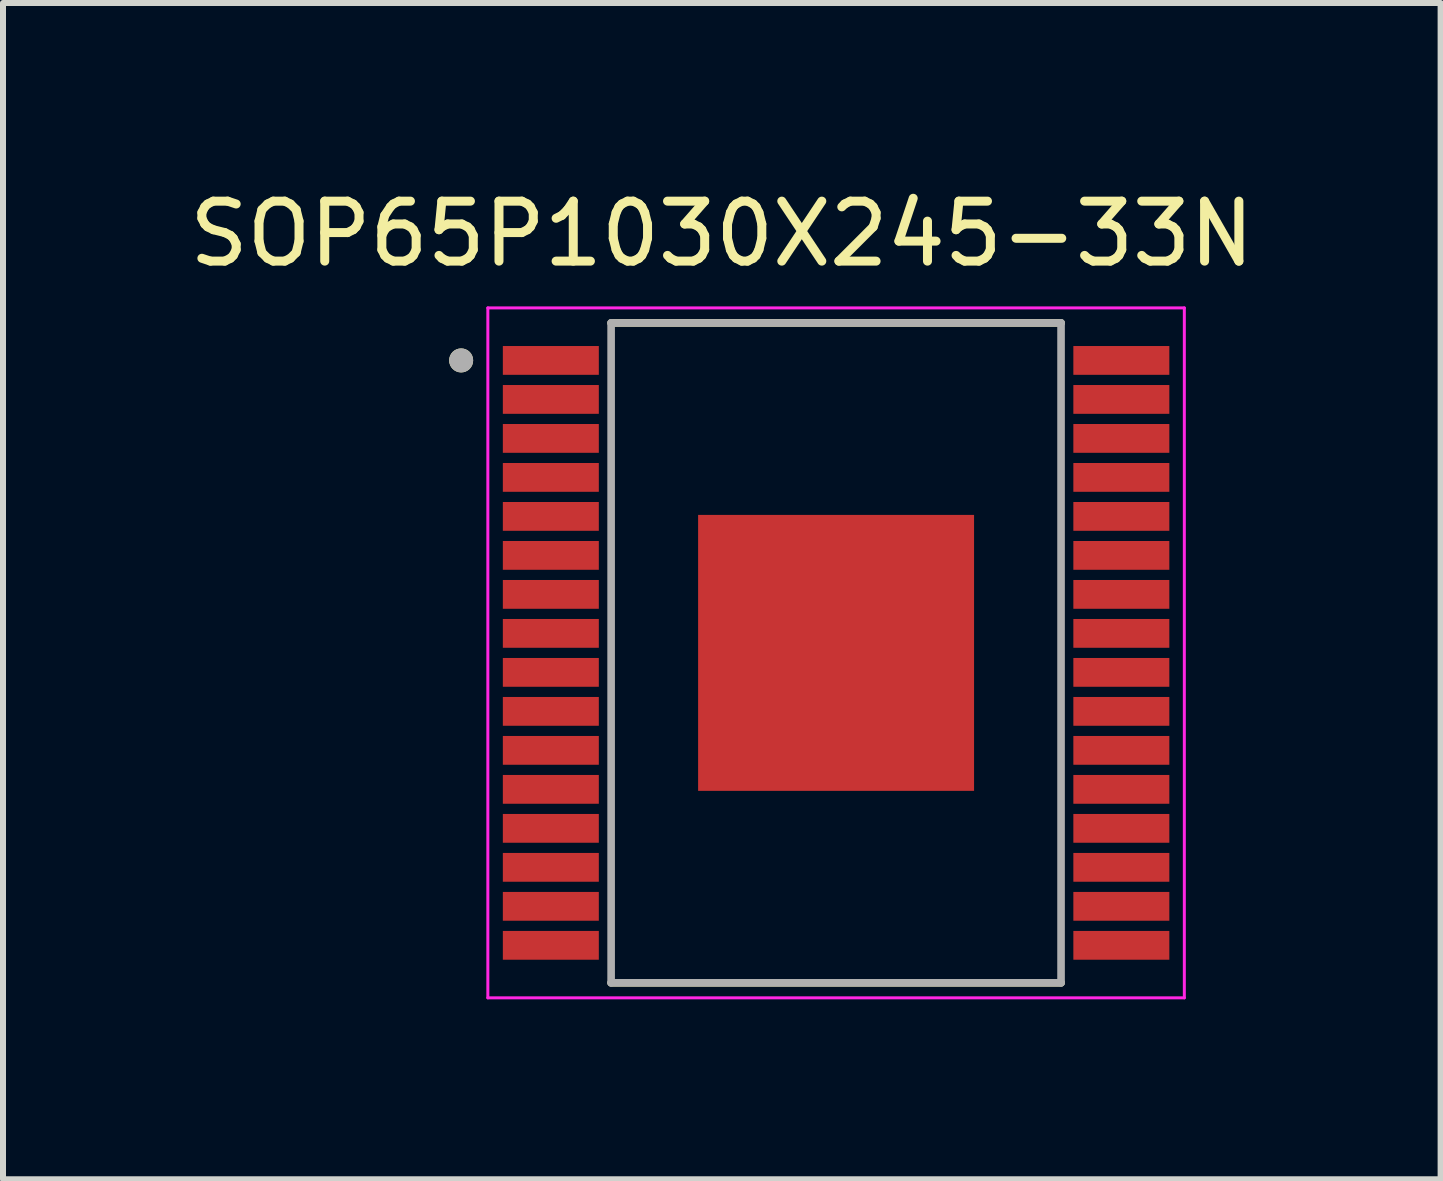
<source format=kicad_pcb>
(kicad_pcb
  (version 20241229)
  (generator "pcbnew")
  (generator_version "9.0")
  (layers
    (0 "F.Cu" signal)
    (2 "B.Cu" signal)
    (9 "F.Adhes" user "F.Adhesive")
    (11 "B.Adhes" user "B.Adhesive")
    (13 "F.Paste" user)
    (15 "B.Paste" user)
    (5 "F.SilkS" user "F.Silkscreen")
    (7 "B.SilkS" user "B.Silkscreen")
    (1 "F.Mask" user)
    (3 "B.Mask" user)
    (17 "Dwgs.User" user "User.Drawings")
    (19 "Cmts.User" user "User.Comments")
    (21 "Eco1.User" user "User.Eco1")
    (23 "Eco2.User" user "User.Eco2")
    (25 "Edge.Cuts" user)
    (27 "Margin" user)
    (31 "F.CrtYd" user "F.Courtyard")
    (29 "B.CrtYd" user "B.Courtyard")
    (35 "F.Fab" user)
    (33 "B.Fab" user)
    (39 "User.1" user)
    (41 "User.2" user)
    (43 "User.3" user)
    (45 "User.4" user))
  (footprint "SOP65P1030X245-33N"
    (layer "F.Cu")
    (at 10.887 7.833)
    (property "Reference" "SOP65P1030X245-33N" (at -1.905 -6.985 0) (layer "F.SilkS") (effects (font (size 1 1) (thickness 0.15))))
    (attr smd)
    (fp_line (start -3.75 -5.5) (end 3.75 -5.5) (stroke (width 0.127) (type solid)) (layer "F.SilkS"))
    (fp_line (start 3.75 5.5) (end -3.75 5.5) (stroke (width 0.127) (type solid)) (layer "F.SilkS"))
    (fp_circle (center -6.25 -4.875) (end -6.15 -4.875) (stroke (width 0.2) (type solid)) (fill no) (layer "F.SilkS"))
    (fp_poly (pts (xy -1.885 -1.885) (xy -0.425 -1.885) (xy -0.425 -0.425) (xy -1.885 -0.425)) (stroke (width 0.01) (type solid)) (fill yes) (layer "F.Paste"))
    (fp_poly (pts (xy -1.885 0.425) (xy -0.425 0.425) (xy -0.425 1.885) (xy -1.885 1.885)) (stroke (width 0.01) (type solid)) (fill yes) (layer "F.Paste"))
    (fp_poly (pts (xy 0.425 -1.885) (xy 1.885 -1.885) (xy 1.885 -0.425) (xy 0.425 -0.425)) (stroke (width 0.01) (type solid)) (fill yes) (layer "F.Paste"))
    (fp_poly (pts (xy 0.425 0.425) (xy 1.885 0.425) (xy 1.885 1.885) (xy 0.425 1.885)) (stroke (width 0.01) (type solid)) (fill yes) (layer "F.Paste"))
    (fp_line (start -5.805 -5.75) (end 5.805 -5.75) (stroke (width 0.05) (type solid)) (layer "F.CrtYd"))
    (fp_line (start -5.805 5.75) (end -5.805 -5.75) (stroke (width 0.05) (type solid)) (layer "F.CrtYd"))
    (fp_line (start 5.805 -5.75) (end 5.805 5.75) (stroke (width 0.05) (type solid)) (layer "F.CrtYd"))
    (fp_line (start 5.805 5.75) (end -5.805 5.75) (stroke (width 0.05) (type solid)) (layer "F.CrtYd"))
    (fp_line (start -3.75 -5.5) (end 3.75 -5.5) (stroke (width 0.127) (type solid)) (layer "F.Fab"))
    (fp_line (start -3.75 5.5) (end -3.75 -5.5) (stroke (width 0.127) (type solid)) (layer "F.Fab"))
    (fp_line (start 3.75 -5.5) (end 3.75 5.5) (stroke (width 0.127) (type solid)) (layer "F.Fab"))
    (fp_line (start 3.75 5.5) (end -3.75 5.5) (stroke (width 0.127) (type solid)) (layer "F.Fab"))
    (fp_circle (center -6.25 -4.875) (end -6.15 -4.875) (stroke (width 0.2) (type solid)) (fill no) (layer "F.Fab"))
    (pad "1" smd rect (at -4.755 -4.875) (size 1.6 0.48) (layers "F.Cu" "F.Mask" "F.Paste"))
    (pad "2" smd rect (at -4.755 -4.225) (size 1.6 0.48) (layers "F.Cu" "F.Mask" "F.Paste"))
    (pad "3" smd rect (at -4.755 -3.575) (size 1.6 0.48) (layers "F.Cu" "F.Mask" "F.Paste"))
    (pad "4" smd rect (at -4.755 -2.925) (size 1.6 0.48) (layers "F.Cu" "F.Mask" "F.Paste"))
    (pad "5" smd rect (at -4.755 -2.275) (size 1.6 0.48) (layers "F.Cu" "F.Mask" "F.Paste"))
    (pad "6" smd rect (at -4.755 -1.625) (size 1.6 0.48) (layers "F.Cu" "F.Mask" "F.Paste"))
    (pad "7" smd rect (at -4.755 -0.975) (size 1.6 0.48) (layers "F.Cu" "F.Mask" "F.Paste"))
    (pad "8" smd rect (at -4.755 -0.325) (size 1.6 0.48) (layers "F.Cu" "F.Mask" "F.Paste"))
    (pad "9" smd rect (at -4.755 0.325) (size 1.6 0.48) (layers "F.Cu" "F.Mask" "F.Paste"))
    (pad "10" smd rect (at -4.755 0.975) (size 1.6 0.48) (layers "F.Cu" "F.Mask" "F.Paste"))
    (pad "11" smd rect (at -4.755 1.625) (size 1.6 0.48) (layers "F.Cu" "F.Mask" "F.Paste"))
    (pad "12" smd rect (at -4.755 2.275) (size 1.6 0.48) (layers "F.Cu" "F.Mask" "F.Paste"))
    (pad "13" smd rect (at -4.755 2.925) (size 1.6 0.48) (layers "F.Cu" "F.Mask" "F.Paste"))
    (pad "14" smd rect (at -4.755 3.575) (size 1.6 0.48) (layers "F.Cu" "F.Mask" "F.Paste"))
    (pad "15" smd rect (at -4.755 4.225) (size 1.6 0.48) (layers "F.Cu" "F.Mask" "F.Paste"))
    (pad "16" smd rect (at -4.755 4.875) (size 1.6 0.48) (layers "F.Cu" "F.Mask" "F.Paste"))
    (pad "17" smd rect (at 4.755 4.875) (size 1.6 0.48) (layers "F.Cu" "F.Mask" "F.Paste"))
    (pad "18" smd rect (at 4.755 4.225) (size 1.6 0.48) (layers "F.Cu" "F.Mask" "F.Paste"))
    (pad "19" smd rect (at 4.755 3.575) (size 1.6 0.48) (layers "F.Cu" "F.Mask" "F.Paste"))
    (pad "20" smd rect (at 4.755 2.925) (size 1.6 0.48) (layers "F.Cu" "F.Mask" "F.Paste"))
    (pad "21" smd rect (at 4.755 2.275) (size 1.6 0.48) (layers "F.Cu" "F.Mask" "F.Paste"))
    (pad "22" smd rect (at 4.755 1.625) (size 1.6 0.48) (layers "F.Cu" "F.Mask" "F.Paste"))
    (pad "23" smd rect (at 4.755 0.975) (size 1.6 0.48) (layers "F.Cu" "F.Mask" "F.Paste"))
    (pad "24" smd rect (at 4.755 0.325) (size 1.6 0.48) (layers "F.Cu" "F.Mask" "F.Paste"))
    (pad "25" smd rect (at 4.755 -0.325) (size 1.6 0.48) (layers "F.Cu" "F.Mask" "F.Paste"))
    (pad "26" smd rect (at 4.755 -0.975) (size 1.6 0.48) (layers "F.Cu" "F.Mask" "F.Paste"))
    (pad "27" smd rect (at 4.755 -1.625) (size 1.6 0.48) (layers "F.Cu" "F.Mask" "F.Paste"))
    (pad "28" smd rect (at 4.755 -2.275) (size 1.6 0.48) (layers "F.Cu" "F.Mask" "F.Paste"))
    (pad "29" smd rect (at 4.755 -2.925) (size 1.6 0.48) (layers "F.Cu" "F.Mask" "F.Paste"))
    (pad "30" smd rect (at 4.755 -3.575) (size 1.6 0.48) (layers "F.Cu" "F.Mask" "F.Paste"))
    (pad "31" smd rect (at 4.755 -4.225) (size 1.6 0.48) (layers "F.Cu" "F.Mask" "F.Paste"))
    (pad "32" smd rect (at 4.755 -4.875) (size 1.6 0.48) (layers "F.Cu" "F.Mask" "F.Paste"))
    (pad "33" smd rect (at 0 0) (size 4.6 4.6) (layers "F.Cu" "F.Mask")))
  (gr_rect
    (start -3 -3)
    (end 20.964 16.608)
    (stroke (width 0.1) (type default))
    (fill no)
    (layer "Edge.Cuts")))
</source>
